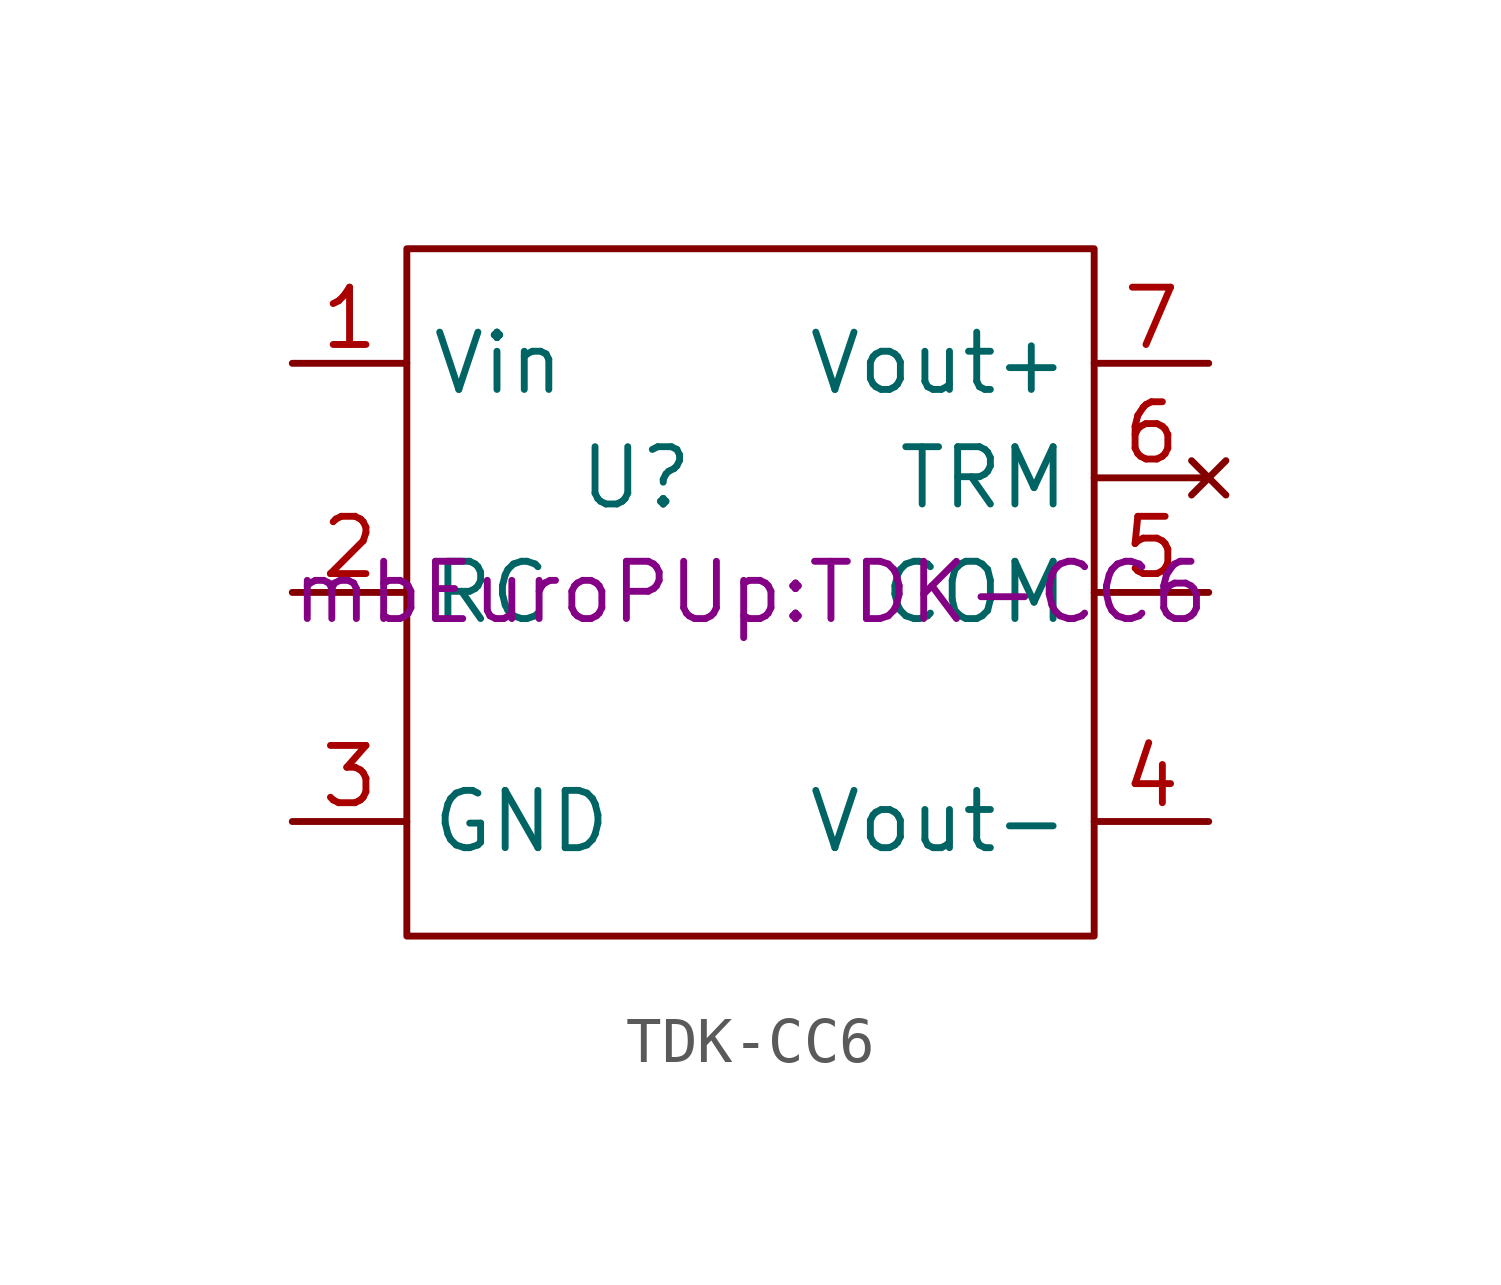
<source format=kicad_sym>
(kicad_symbol_lib
  (version 20241209)
  (generator "kicad_symbol_editor")
  (generator_version "9.0")
  (symbol "TDK-CC6"
    (property "Reference" "U"
      (at -2.54 2.54 0)
      (effects (font (size 1.27 1.27))))
    (property "Value" ""
      (at 0 0 0)
      (effects (font (size 1.27 1.27))))
    (property "Footprint" "mbEuroPUp:TDK-CC6"
      (at 0 0 0)
      (effects (font (size 1.27 1.27))))
    (symbol "TDK-CC6_0_1"
      (rectangle (start -7.62 7.62) (end 7.62 -7.62) (stroke (width 0) (type default)) (fill (type none))))
    (symbol "TDK-CC6_1_1"
      (pin input line (at -10.16 5.08 0) (length 2.54) (name "Vin" (effects (font (size 1.27 1.27)))) (number "1" (effects (font (size 1.27 1.27)))))
      (pin input line (at -10.16 0 0) (length 2.54) (name "RC" (effects (font (size 1.27 1.27)))) (number "2" (effects (font (size 1.27 1.27)))))
      (pin input line (at -10.16 -5.08 0) (length 2.54) (name "GND" (effects (font (size 1.27 1.27)))) (number "3" (effects (font (size 1.27 1.27)))))
      (pin output line (at 10.16 5.08 180) (length 2.54) (name "Vout+" (effects (font (size 1.27 1.27)))) (number "7" (effects (font (size 1.27 1.27)))))
      (pin no_connect line (at 10.16 2.54 180) (length 2.54) (name "TRM" (effects (font (size 1.27 1.27)))) (number "6" (effects (font (size 1.27 1.27)))))
      (pin output line (at 10.16 0 180) (length 2.54) (name "COM" (effects (font (size 1.27 1.27)))) (number "5" (effects (font (size 1.27 1.27)))))
      (pin output line (at 10.16 -5.08 180) (length 2.54) (name "Vout-" (effects (font (size 1.27 1.27)))) (number "4" (effects (font (size 1.27 1.27))))))))
</source>
